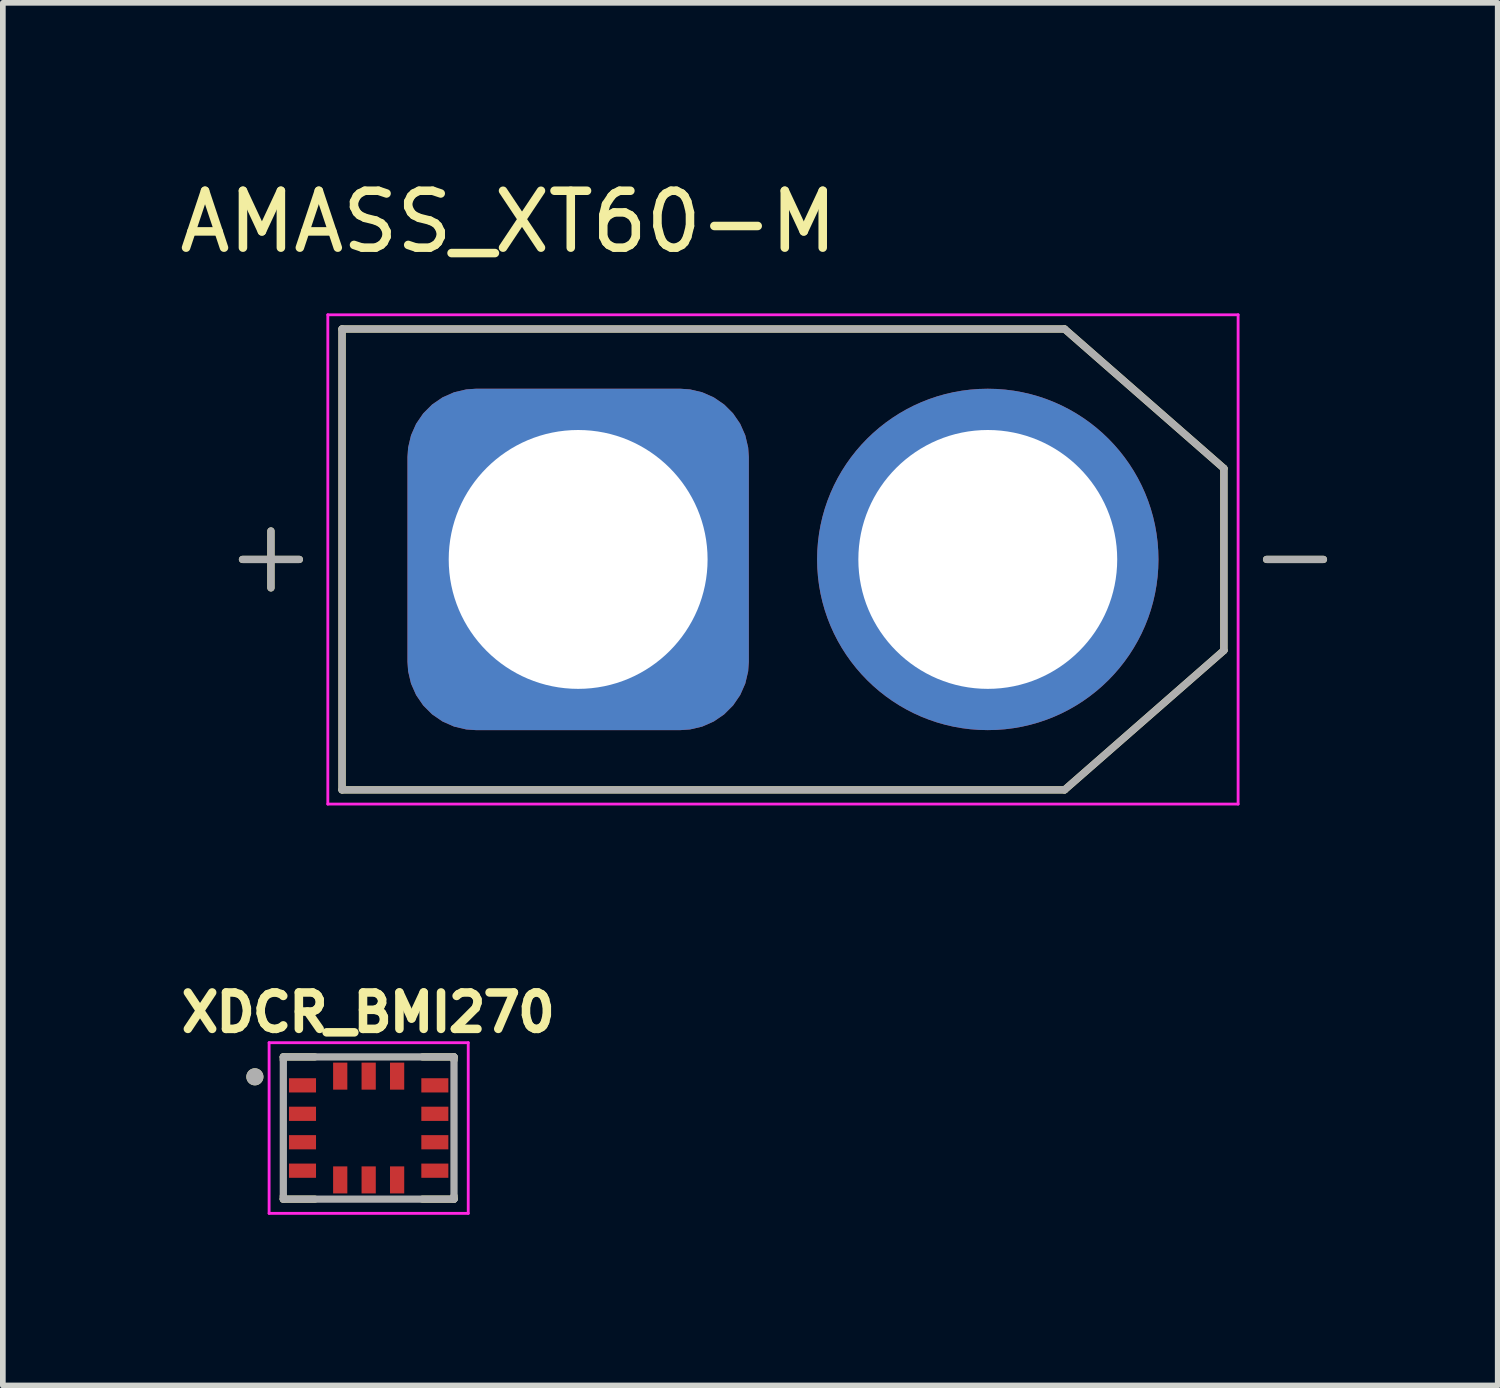
<source format=kicad_pcb>
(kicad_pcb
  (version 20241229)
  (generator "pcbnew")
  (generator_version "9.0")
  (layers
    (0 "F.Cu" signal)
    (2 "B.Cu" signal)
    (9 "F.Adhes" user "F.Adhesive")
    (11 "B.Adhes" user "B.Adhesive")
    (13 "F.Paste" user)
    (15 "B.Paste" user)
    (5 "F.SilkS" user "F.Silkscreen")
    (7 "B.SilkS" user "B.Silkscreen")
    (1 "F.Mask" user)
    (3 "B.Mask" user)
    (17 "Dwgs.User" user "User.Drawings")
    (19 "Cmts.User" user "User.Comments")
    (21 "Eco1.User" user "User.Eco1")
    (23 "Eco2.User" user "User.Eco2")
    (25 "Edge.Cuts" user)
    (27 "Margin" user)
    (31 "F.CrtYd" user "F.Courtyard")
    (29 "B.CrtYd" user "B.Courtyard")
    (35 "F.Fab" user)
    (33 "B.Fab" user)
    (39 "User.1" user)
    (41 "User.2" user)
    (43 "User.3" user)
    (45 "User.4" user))
  (footprint "XDCR_BMI270"
    (layer "F.Cu")
    (at 3.43 16.777)
    (property "Reference" "XDCR_BMI270" (at -0.008 -2.031 0) (layer "F.SilkS") (effects (font (size 0.64 0.64) (thickness 0.15))))
    (attr smd)
    (fp_line (start -1.5 -1.25) (end -1.5 -1.195) (stroke (width 0.127) (type solid)) (layer "F.SilkS"))
    (fp_line (start -1.5 -1.25) (end -0.945 -1.25) (stroke (width 0.127) (type solid)) (layer "F.SilkS"))
    (fp_line (start -1.5 1.195) (end -1.5 1.25) (stroke (width 0.127) (type solid)) (layer "F.SilkS"))
    (fp_line (start -1.5 1.25) (end -0.945 1.25) (stroke (width 0.127) (type solid)) (layer "F.SilkS"))
    (fp_line (start 0.945 -1.25) (end 1.5 -1.25) (stroke (width 0.127) (type solid)) (layer "F.SilkS"))
    (fp_line (start 0.945 1.25) (end 1.5 1.25) (stroke (width 0.127) (type solid)) (layer "F.SilkS"))
    (fp_line (start 1.5 -1.25) (end 1.5 -1.195) (stroke (width 0.127) (type solid)) (layer "F.SilkS"))
    (fp_line (start 1.5 1.195) (end 1.5 1.25) (stroke (width 0.127) (type solid)) (layer "F.SilkS"))
    (fp_circle (center -2 -0.9) (end -1.925 -0.9) (stroke (width 0.15) (type solid)) (fill no) (layer "F.SilkS"))
    (fp_line (start -1.75 -1.5) (end 1.75 -1.5) (stroke (width 0.05) (type solid)) (layer "F.CrtYd"))
    (fp_line (start -1.75 1.5) (end -1.75 -1.5) (stroke (width 0.05) (type solid)) (layer "F.CrtYd"))
    (fp_line (start 1.75 -1.5) (end 1.75 1.5) (stroke (width 0.05) (type solid)) (layer "F.CrtYd"))
    (fp_line (start 1.75 1.5) (end -1.75 1.5) (stroke (width 0.05) (type solid)) (layer "F.CrtYd"))
    (fp_line (start -1.5 -1.25) (end -1.5 1.25) (stroke (width 0.127) (type solid)) (layer "F.Fab"))
    (fp_line (start -1.5 1.25) (end 1.5 1.25) (stroke (width 0.127) (type solid)) (layer "F.Fab"))
    (fp_line (start 1.5 -1.25) (end -1.5 -1.25) (stroke (width 0.127) (type solid)) (layer "F.Fab"))
    (fp_line (start 1.5 1.25) (end 1.5 -1.25) (stroke (width 0.127) (type solid)) (layer "F.Fab"))
    (fp_circle (center -2 -0.9) (end -1.925 -0.9) (stroke (width 0.15) (type solid)) (fill no) (layer "F.Fab"))
    (pad "1" smd rect (at -1.163 -0.75) (size 0.475 0.25) (layers "F.Cu" "F.Mask" "F.Paste"))
    (pad "2" smd rect (at -1.163 -0.25) (size 0.475 0.25) (layers "F.Cu" "F.Mask" "F.Paste"))
    (pad "3" smd rect (at -1.163 0.25) (size 0.475 0.25) (layers "F.Cu" "F.Mask" "F.Paste"))
    (pad "4" smd rect (at -1.163 0.75) (size 0.475 0.25) (layers "F.Cu" "F.Mask" "F.Paste"))
    (pad "5" smd rect (at -0.5 0.912) (size 0.25 0.475) (layers "F.Cu" "F.Mask" "F.Paste"))
    (pad "6" smd rect (at 0 0.912) (size 0.25 0.475) (layers "F.Cu" "F.Mask" "F.Paste"))
    (pad "6" smd rect (at 0.5 0.912) (size 0.25 0.475) (layers "F.Cu" "F.Mask" "F.Paste"))
    (pad "8" smd rect (at 1.163 0.75) (size 0.475 0.25) (layers "F.Cu" "F.Mask" "F.Paste"))
    (pad "9" smd rect (at 1.163 0.25) (size 0.475 0.25) (layers "F.Cu" "F.Mask" "F.Paste"))
    (pad "10" smd rect (at 1.163 -0.25) (size 0.475 0.25) (layers "F.Cu" "F.Mask" "F.Paste"))
    (pad "11" smd rect (at 1.163 -0.75) (size 0.475 0.25) (layers "F.Cu" "F.Mask" "F.Paste"))
    (pad "12" smd rect (at 0.5 -0.912) (size 0.25 0.475) (layers "F.Cu" "F.Mask" "F.Paste"))
    (pad "13" smd rect (at 0 -0.912) (size 0.25 0.475) (layers "F.Cu" "F.Mask" "F.Paste"))
    (pad "14" smd rect (at -0.5 -0.912) (size 0.25 0.475) (layers "F.Cu" "F.Mask" "F.Paste")))
  (footprint "AMASS_XT60-M"
    (layer "F.Cu")
    (at 10.712 6.783)
    (property "Reference" "AMASS_XT60-M" (at -4.825 -5.935 0) (layer "F.SilkS") (effects (font (size 1 1) (thickness 0.15))))
    (attr through_hole)
    (fp_line (start -9.5 0) (end -8.5 0) (stroke (width 0.127) (type solid)) (layer "F.SilkS"))
    (fp_line (start -9 -0.5) (end -9 0.5) (stroke (width 0.127) (type solid)) (layer "F.SilkS"))
    (fp_line (start -7.75 -4.05) (end 4.95 -4.05) (stroke (width 0.127) (type solid)) (layer "F.SilkS"))
    (fp_line (start -7.75 4.05) (end -7.75 -4.05) (stroke (width 0.127) (type solid)) (layer "F.SilkS"))
    (fp_line (start 4.95 -4.05) (end 7.75 -1.6) (stroke (width 0.127) (type solid)) (layer "F.SilkS"))
    (fp_line (start 4.95 4.05) (end -7.75 4.05) (stroke (width 0.127) (type solid)) (layer "F.SilkS"))
    (fp_line (start 7.75 -1.6) (end 7.75 1.6) (stroke (width 0.127) (type solid)) (layer "F.SilkS"))
    (fp_line (start 7.75 1.6) (end 4.95 4.05) (stroke (width 0.127) (type solid)) (layer "F.SilkS"))
    (fp_line (start 8.5 0) (end 9.5 0) (stroke (width 0.127) (type solid)) (layer "F.SilkS"))
    (fp_line (start -8 -4.3) (end -8 4.3) (stroke (width 0.05) (type solid)) (layer "F.CrtYd"))
    (fp_line (start -8 4.3) (end 8 4.3) (stroke (width 0.05) (type solid)) (layer "F.CrtYd"))
    (fp_line (start 8 -4.3) (end -8 -4.3) (stroke (width 0.05) (type solid)) (layer "F.CrtYd"))
    (fp_line (start 8 4.3) (end 8 -4.3) (stroke (width 0.05) (type solid)) (layer "F.CrtYd"))
    (fp_line (start -9.5 0) (end -8.5 0) (stroke (width 0.127) (type solid)) (layer "F.Fab"))
    (fp_line (start -9 -0.5) (end -9 0.5) (stroke (width 0.127) (type solid)) (layer "F.Fab"))
    (fp_line (start -7.75 -4.05) (end 4.95 -4.05) (stroke (width 0.127) (type solid)) (layer "F.Fab"))
    (fp_line (start -7.75 4.05) (end -7.75 -4.05) (stroke (width 0.127) (type solid)) (layer "F.Fab"))
    (fp_line (start 4.95 -4.05) (end 7.75 -1.6) (stroke (width 0.127) (type solid)) (layer "F.Fab"))
    (fp_line (start 4.95 4.05) (end -7.75 4.05) (stroke (width 0.127) (type solid)) (layer "F.Fab"))
    (fp_line (start 7.75 -1.6) (end 7.75 1.6) (stroke (width 0.127) (type solid)) (layer "F.Fab"))
    (fp_line (start 7.75 1.6) (end 4.95 4.05) (stroke (width 0.127) (type solid)) (layer "F.Fab"))
    (fp_line (start 8.5 0) (end 9.5 0) (stroke (width 0.127) (type solid)) (layer "F.Fab"))
    (pad "N" thru_hole circle (at 3.6 0) (size 6 6) (drill 4.55) (layers "*.Cu" "*.Mask"))
    (pad "P" thru_hole roundrect (at -3.6 0) (size 6 6) (drill 4.55) (layers "*.Cu" "*.Mask") (roundrect_rratio 0.2)))
  (gr_rect
    (start -3 -3)
    (end 23.275 21.302)
    (stroke (width 0.1) (type default))
    (fill no)
    (layer "Edge.Cuts")))
</source>
